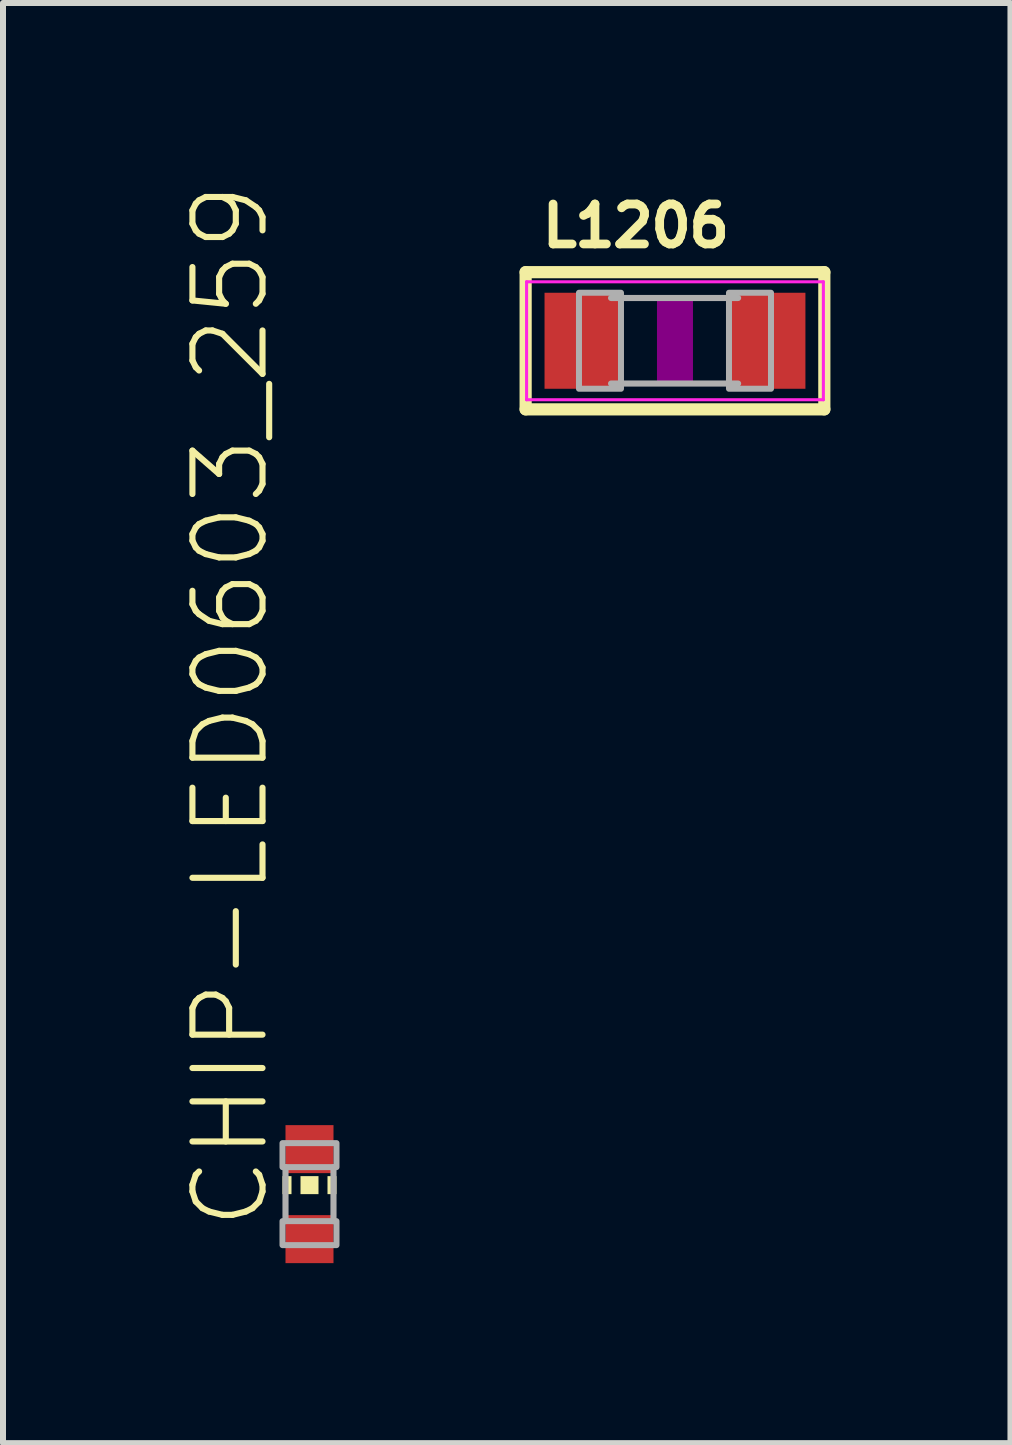
<source format=kicad_pcb>
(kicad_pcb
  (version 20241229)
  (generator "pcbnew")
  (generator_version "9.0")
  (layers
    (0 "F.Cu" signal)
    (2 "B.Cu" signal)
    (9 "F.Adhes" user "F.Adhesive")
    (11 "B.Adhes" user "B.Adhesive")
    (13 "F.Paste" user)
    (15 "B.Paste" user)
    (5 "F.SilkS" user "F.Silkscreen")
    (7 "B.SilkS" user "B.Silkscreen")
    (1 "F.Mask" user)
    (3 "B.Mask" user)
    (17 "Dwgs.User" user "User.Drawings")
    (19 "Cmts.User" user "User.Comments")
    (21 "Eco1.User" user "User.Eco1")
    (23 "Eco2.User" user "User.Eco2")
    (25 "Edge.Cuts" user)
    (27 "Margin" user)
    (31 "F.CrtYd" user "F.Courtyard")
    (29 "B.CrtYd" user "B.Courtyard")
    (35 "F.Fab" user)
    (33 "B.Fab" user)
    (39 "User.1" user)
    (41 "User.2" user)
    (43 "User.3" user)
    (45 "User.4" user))
  (footprint "CHIP-LED0603_259"
    (layer "F.Cu")
    (at 2.108 16.851)
    (property "Reference" "CHIP-LED0603_259" (at -0.635 0.635 90) (unlocked yes) (layer "F.SilkS") (effects (font (size 1.168 1.168) (thickness 0.102)) (justify left bottom)))
    (fp_poly (pts (xy -0.45 0) (xy -0.3 0) (xy -0.3 -0.3) (xy -0.45 -0.3)) (stroke (width 0) (type default)) (fill yes) (layer "F.SilkS"))
    (fp_poly (pts (xy -0.15 0) (xy 0.15 0) (xy 0.15 -0.3) (xy -0.15 -0.3)) (stroke (width 0) (type default)) (fill yes) (layer "F.SilkS"))
    (fp_poly (pts (xy 0.3 0) (xy 0.45 0) (xy 0.45 -0.3) (xy 0.3 -0.3)) (stroke (width 0) (type default)) (fill yes) (layer "F.SilkS"))
    (fp_line (start -0.4 -0.45) (end -0.4 0.45) (stroke (width 0.102) (type solid)) (layer "F.Fab"))
    (fp_line (start 0.4 -0.45) (end 0.4 0.45) (stroke (width 0.102) (type solid)) (layer "F.Fab"))
    (fp_poly (pts (xy -0.45 -0.45) (xy 0.45 -0.45) (xy 0.45 -0.85) (xy -0.45 -0.85)) (stroke (width 0.1) (type default)) (fill no) (layer "F.Fab"))
    (fp_poly (pts (xy -0.45 0.85) (xy 0.45 0.85) (xy 0.45 0.45) (xy -0.45 0.45)) (stroke (width 0.1) (type default)) (fill no) (layer "F.Fab"))
    (pad "A" smd rect (at 0 0.75) (size 0.8 0.8) (layers "F.Cu" "F.Mask" "F.Paste"))
    (pad "C" smd rect (at 0 -0.75) (size 0.8 0.8) (layers "F.Cu" "F.Mask" "F.Paste")))
  (footprint "L1206"
    (layer "F.Cu")
    (at 8.199 2.629)
    (property "Reference" "L1206" (at -2.286 -1.524 0) (unlocked yes) (layer "F.SilkS") (effects (font (size 0.666 0.666) (thickness 0.146)) (justify left bottom)))
    (fp_line (start -2.489 -1.143) (end 2.489 -1.143) (stroke (width 0.203) (type solid)) (layer "F.SilkS"))
    (fp_line (start -2.489 1.143) (end -2.489 -1.143) (stroke (width 0.203) (type solid)) (layer "F.SilkS"))
    (fp_line (start 2.489 -1.143) (end 2.489 1.143) (stroke (width 0.203) (type solid)) (layer "F.SilkS"))
    (fp_line (start 2.489 1.143) (end -2.489 1.143) (stroke (width 0.203) (type solid)) (layer "F.SilkS"))
    (fp_poly (pts (xy -0.3 0.7) (xy 0.3 0.7) (xy 0.3 -0.7) (xy -0.3 -0.7)) (stroke (width 0) (type default)) (fill yes) (layer "F.Adhes"))
    (fp_line (start -2.473 -0.983) (end 2.473 -0.983) (stroke (width 0.051) (type solid)) (layer "F.CrtYd"))
    (fp_line (start -2.473 0.983) (end -2.473 -0.983) (stroke (width 0.051) (type solid)) (layer "F.CrtYd"))
    (fp_line (start 2.473 -0.983) (end 2.473 0.983) (stroke (width 0.051) (type solid)) (layer "F.CrtYd"))
    (fp_line (start 2.473 0.983) (end -2.473 0.983) (stroke (width 0.051) (type solid)) (layer "F.CrtYd"))
    (fp_line (start 1.052 -0.713) (end -1.065 -0.713) (stroke (width 0.102) (type solid)) (layer "F.Fab"))
    (fp_line (start 1.052 0.713) (end -1.065 0.713) (stroke (width 0.102) (type solid)) (layer "F.Fab"))
    (fp_poly (pts (xy -1.6 0.8) (xy -0.9 0.8) (xy -0.9 -0.8) (xy -1.6 -0.8)) (stroke (width 0.1) (type default)) (fill no) (layer "F.Fab"))
    (fp_poly (pts (xy 1.6 -0.8) (xy 0.9 -0.8) (xy 0.9 0.8) (xy 1.6 0.8)) (stroke (width 0.1) (type default)) (fill no) (layer "F.Fab"))
    (pad "1" smd rect (at -1.524 0) (size 1.3 1.6) (layers "F.Cu" "F.Mask" "F.Paste"))
    (pad "2" smd rect (at 1.524 0) (size 1.3 1.6) (layers "F.Cu" "F.Mask" "F.Paste")))
  (gr_rect
    (start -3 -3)
    (end 13.79 21.001)
    (stroke (width 0.1) (type default))
    (fill no)
    (layer "Edge.Cuts")))
</source>
